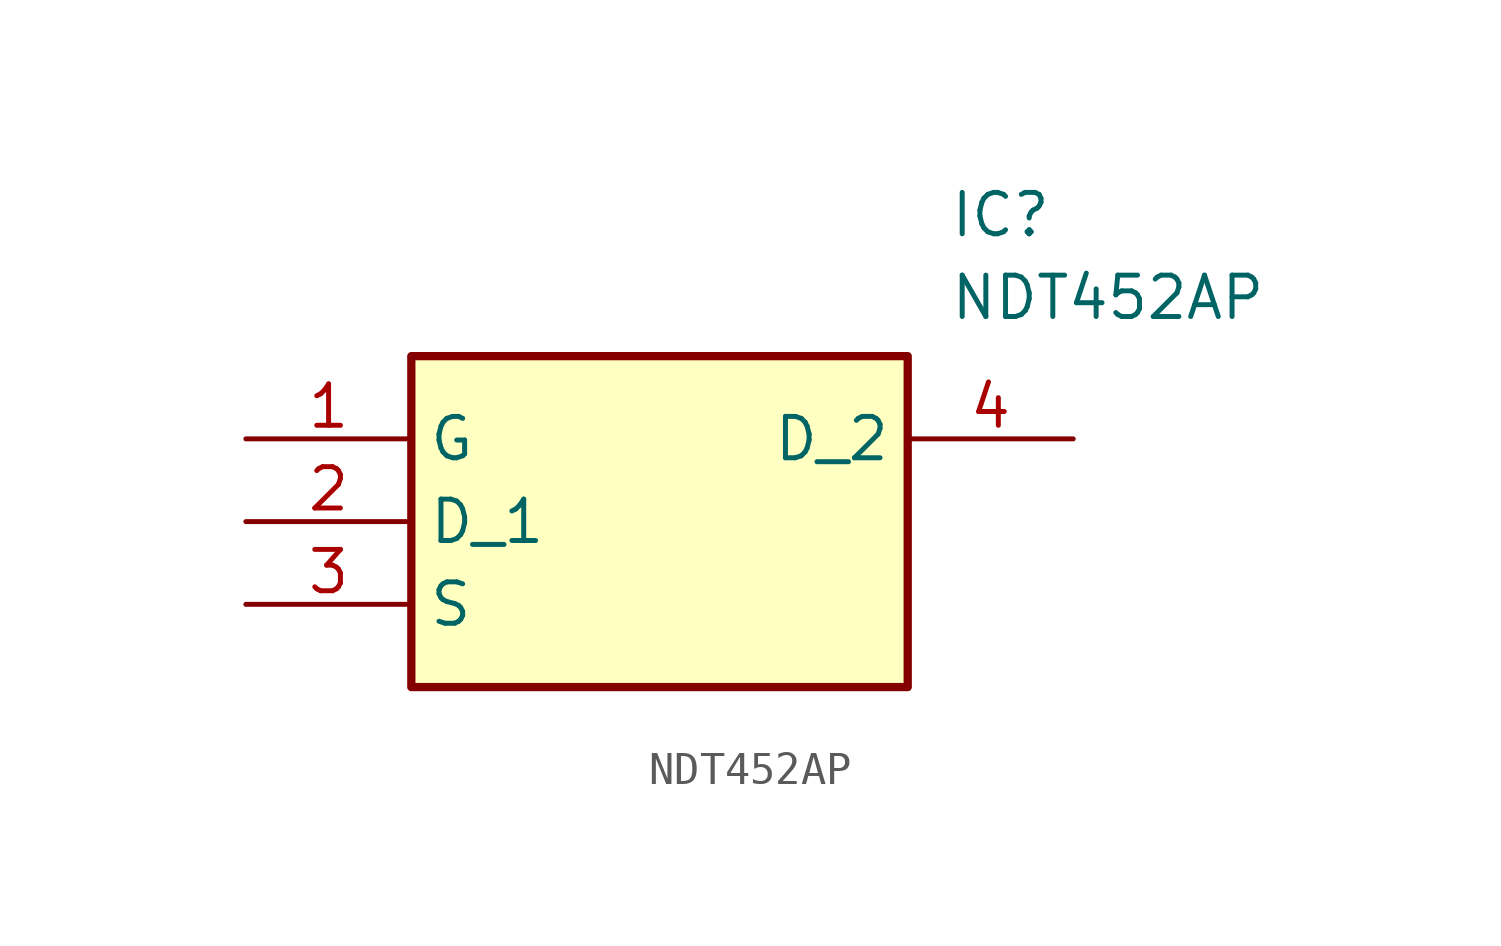
<source format=kicad_sym>
(kicad_symbol_lib
  (version 20211014)
  (generator SamacSys_ECAD_Model)
  (symbol "NDT452AP"
    (property "Reference" "IC"
      (at 21.59 7.62 0)
      (effects (font (size 1.27 1.27)) (justify left top)))
    (property "Value" "NDT452AP"
      (at 21.59 5.08 0)
      (effects (font (size 1.27 1.27)) (justify left top)))
    (rectangle
      (start 5.08 2.54)
      (end 20.32 -7.62)
      (stroke (width 0.254) (type default))
      (fill (type background)))
    (pin passive line
      (at 0 0 0)
      (length 5.08)
      (name "G" (effects (font (size 1.27 1.27))))
      (number "1" (effects (font (size 1.27 1.27)))))
    (pin passive line
      (at 0 -2.54 0)
      (length 5.08)
      (name "D_1" (effects (font (size 1.27 1.27))))
      (number "2" (effects (font (size 1.27 1.27)))))
    (pin passive line
      (at 0 -5.08 0)
      (length 5.08)
      (name "S" (effects (font (size 1.27 1.27))))
      (number "3" (effects (font (size 1.27 1.27)))))
    (pin passive line
      (at 25.4 0 180)
      (length 5.08)
      (name "D_2" (effects (font (size 1.27 1.27))))
      (number "4" (effects (font (size 1.27 1.27)))))))
</source>
